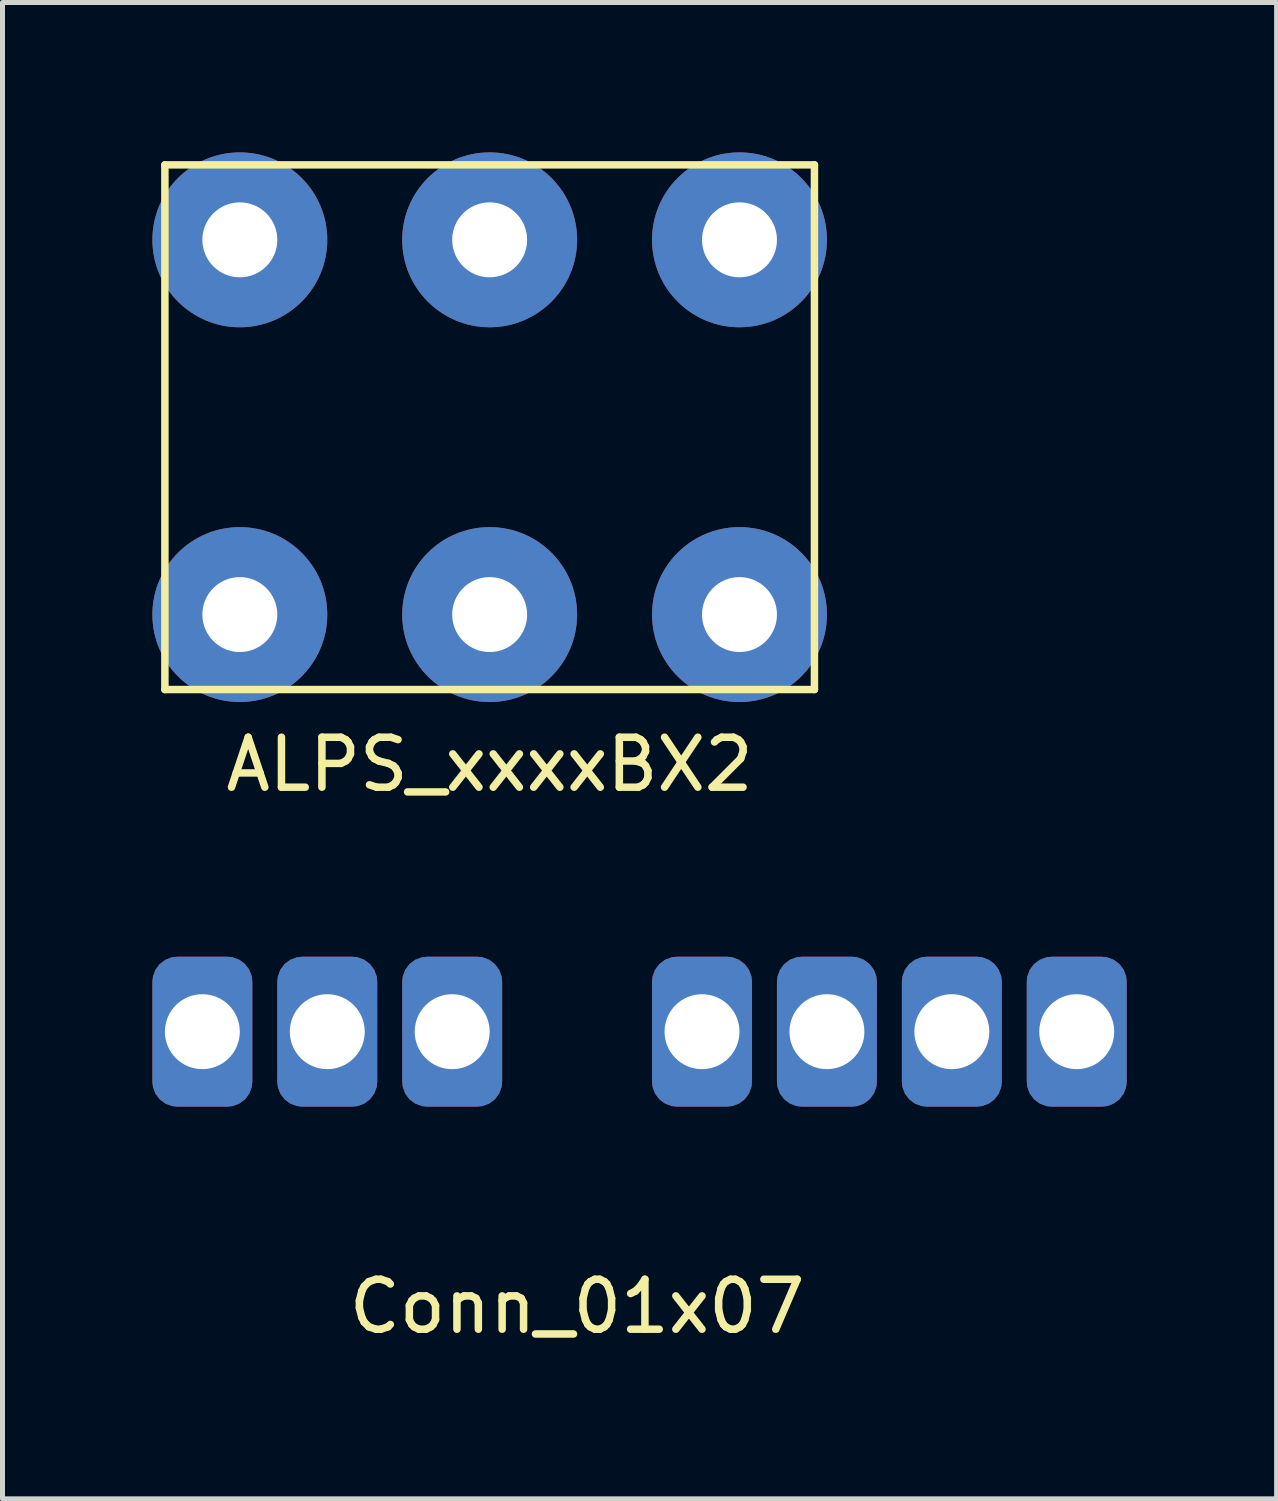
<source format=kicad_pcb>
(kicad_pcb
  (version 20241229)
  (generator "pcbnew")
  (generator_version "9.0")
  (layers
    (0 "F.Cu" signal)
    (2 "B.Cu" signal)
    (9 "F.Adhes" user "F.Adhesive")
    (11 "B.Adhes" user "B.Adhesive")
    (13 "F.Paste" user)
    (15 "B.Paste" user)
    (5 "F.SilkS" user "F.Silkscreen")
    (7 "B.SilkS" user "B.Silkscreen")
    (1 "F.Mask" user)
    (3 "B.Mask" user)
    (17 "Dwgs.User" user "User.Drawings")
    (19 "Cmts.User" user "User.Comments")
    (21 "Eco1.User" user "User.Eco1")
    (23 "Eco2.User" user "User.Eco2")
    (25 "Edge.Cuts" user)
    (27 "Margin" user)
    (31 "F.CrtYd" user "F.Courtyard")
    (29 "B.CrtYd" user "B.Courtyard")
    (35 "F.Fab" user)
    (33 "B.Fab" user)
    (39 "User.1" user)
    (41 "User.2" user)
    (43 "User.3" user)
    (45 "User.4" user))
  (footprint "Conn_01x07"
    (layer "F.Cu")
    (at 1 17.598)
    (property "Reference" "Conn_01x07" (at 7.5 5.5 0) (layer "F.SilkS") (effects (font (size 1 1) (thickness 0.15))))
    (attr through_hole)
    (pad "1" thru_hole roundrect (at 0 0) (size 2 3) (drill 1.5) (layers "*.Cu" "*.Mask") (roundrect_rratio 0.25))
    (pad "2" thru_hole roundrect (at 2.5 0) (size 2 3) (drill 1.5) (layers "*.Cu" "*.Mask") (roundrect_rratio 0.25))
    (pad "3" thru_hole roundrect (at 5 0) (size 2 3) (drill 1.5) (layers "*.Cu" "*.Mask") (roundrect_rratio 0.25))
    (pad "4" thru_hole roundrect (at 10 0) (size 2 3) (drill 1.5) (layers "*.Cu" "*.Mask") (roundrect_rratio 0.25))
    (pad "5" thru_hole roundrect (at 12.5 0) (size 2 3) (drill 1.5) (layers "*.Cu" "*.Mask") (roundrect_rratio 0.25))
    (pad "6" thru_hole roundrect (at 15 0) (size 2 3) (drill 1.5) (layers "*.Cu" "*.Mask") (roundrect_rratio 0.25))
    (pad "7" thru_hole roundrect (at 17.5 0) (size 2 3) (drill 1.5) (layers "*.Cu" "*.Mask") (roundrect_rratio 0.25)))
  (footprint "ALPS_xxxxBX2"
    (layer "F.Cu")
    (at 6.75 11.75)
    (property "Reference" "ALPS_xxxxBX2" (at 0 0.5 0) (layer "F.SilkS") (effects (font (size 1 1) (thickness 0.15))))
    (attr through_hole)
    (fp_line (start -6.5 -11.5) (end -6.5 -1) (stroke (width 0.15) (type solid)) (layer "F.SilkS"))
    (fp_line (start 6.5 -11.5) (end -6.5 -11.5) (stroke (width 0.15) (type solid)) (layer "F.SilkS"))
    (fp_line (start 6.5 -11.5) (end 6.5 -1) (stroke (width 0.15) (type solid)) (layer "F.SilkS"))
    (fp_line (start 6.5 -1) (end -6.5 -1) (stroke (width 0.15) (type solid)) (layer "F.SilkS"))
    (pad "1" thru_hole circle (at -5 -10) (size 3.5 3.5) (drill 1.5) (layers "B.Cu" "B.Mask"))
    (pad "2" thru_hole circle (at 0 -10) (size 3.5 3.5) (drill 1.5) (layers "B.Cu" "B.Mask"))
    (pad "3" thru_hole circle (at 5 -10) (size 3.5 3.5) (drill 1.5) (layers "B.Cu" "B.Mask"))
    (pad "4" thru_hole circle (at -5 -2.5) (size 3.5 3.5) (drill 1.5) (layers "B.Cu" "B.Mask"))
    (pad "5" thru_hole circle (at 0 -2.5) (size 3.5 3.5) (drill 1.5) (layers "B.Cu" "B.Mask"))
    (pad "6" thru_hole circle (at 5 -2.5) (size 3.5 3.5) (drill 1.5) (layers "B.Cu" "B.Mask")))
  (gr_rect
    (start -3 -3)
    (end 22.5 26.947)
    (stroke (width 0.1) (type default))
    (fill no)
    (layer "Edge.Cuts")))
</source>
